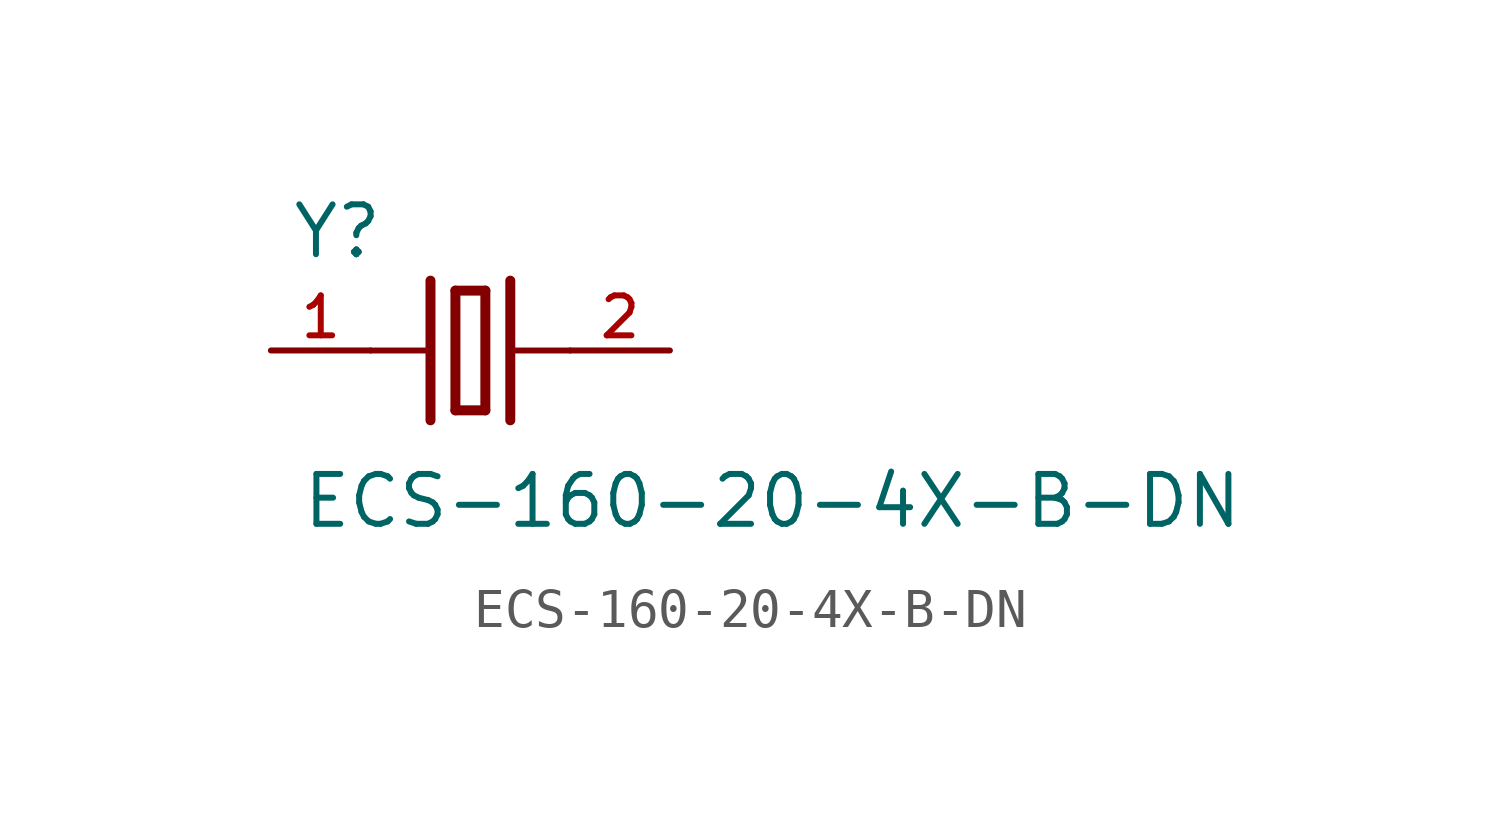
<source format=kicad_sym>
(kicad_symbol_lib
  (version 20211014)
  (generator kicad_symbol_editor)
  (symbol "ECS-160-20-4X-B-DN"
    (pin_names
      (offset 1.016))
    (property "Reference" "Y"
      (at -4.577 2.288 0)
      (effects (font (size 1.27 1.27)) (justify bottom left)))
    (property "Value" "ECS-160-20-4X-B-DN"
      (at -4.323 -4.577 0)
      (effects (font (size 1.27 1.27)) (justify bottom left)))
    (symbol "ECS-160-20-4X-B-DN_0_0"
      (polyline (pts (xy 1.016 0.0) (xy 2.54 0.0)) (stroke (width 0.152)))
      (polyline (pts (xy -2.54 0.0) (xy -1.016 0.0)) (stroke (width 0.152)))
      (polyline (pts (xy -0.381 1.524) (xy -0.381 -1.524)) (stroke (width 0.254)))
      (polyline (pts (xy -0.381 -1.524) (xy 0.381 -1.524)) (stroke (width 0.254)))
      (polyline (pts (xy 0.381 -1.524) (xy 0.381 1.524)) (stroke (width 0.254)))
      (polyline (pts (xy 0.381 1.524) (xy -0.381 1.524)) (stroke (width 0.254)))
      (polyline (pts (xy 1.016 1.778) (xy 1.016 -1.778)) (stroke (width 0.254)))
      (polyline (pts (xy -1.016 1.778) (xy -1.016 -1.778)) (stroke (width 0.254)))
      (pin passive line (at 5.08 0.0 180.0) (length 2.54) (name "~" (effects (font (size 1.016 1.016)))) (number "2" (effects (font (size 1.016 1.016)))))
      (pin passive line (at -5.08 0.0 0) (length 2.54) (name "~" (effects (font (size 1.016 1.016)))) (number "1" (effects (font (size 1.016 1.016))))))))
</source>
